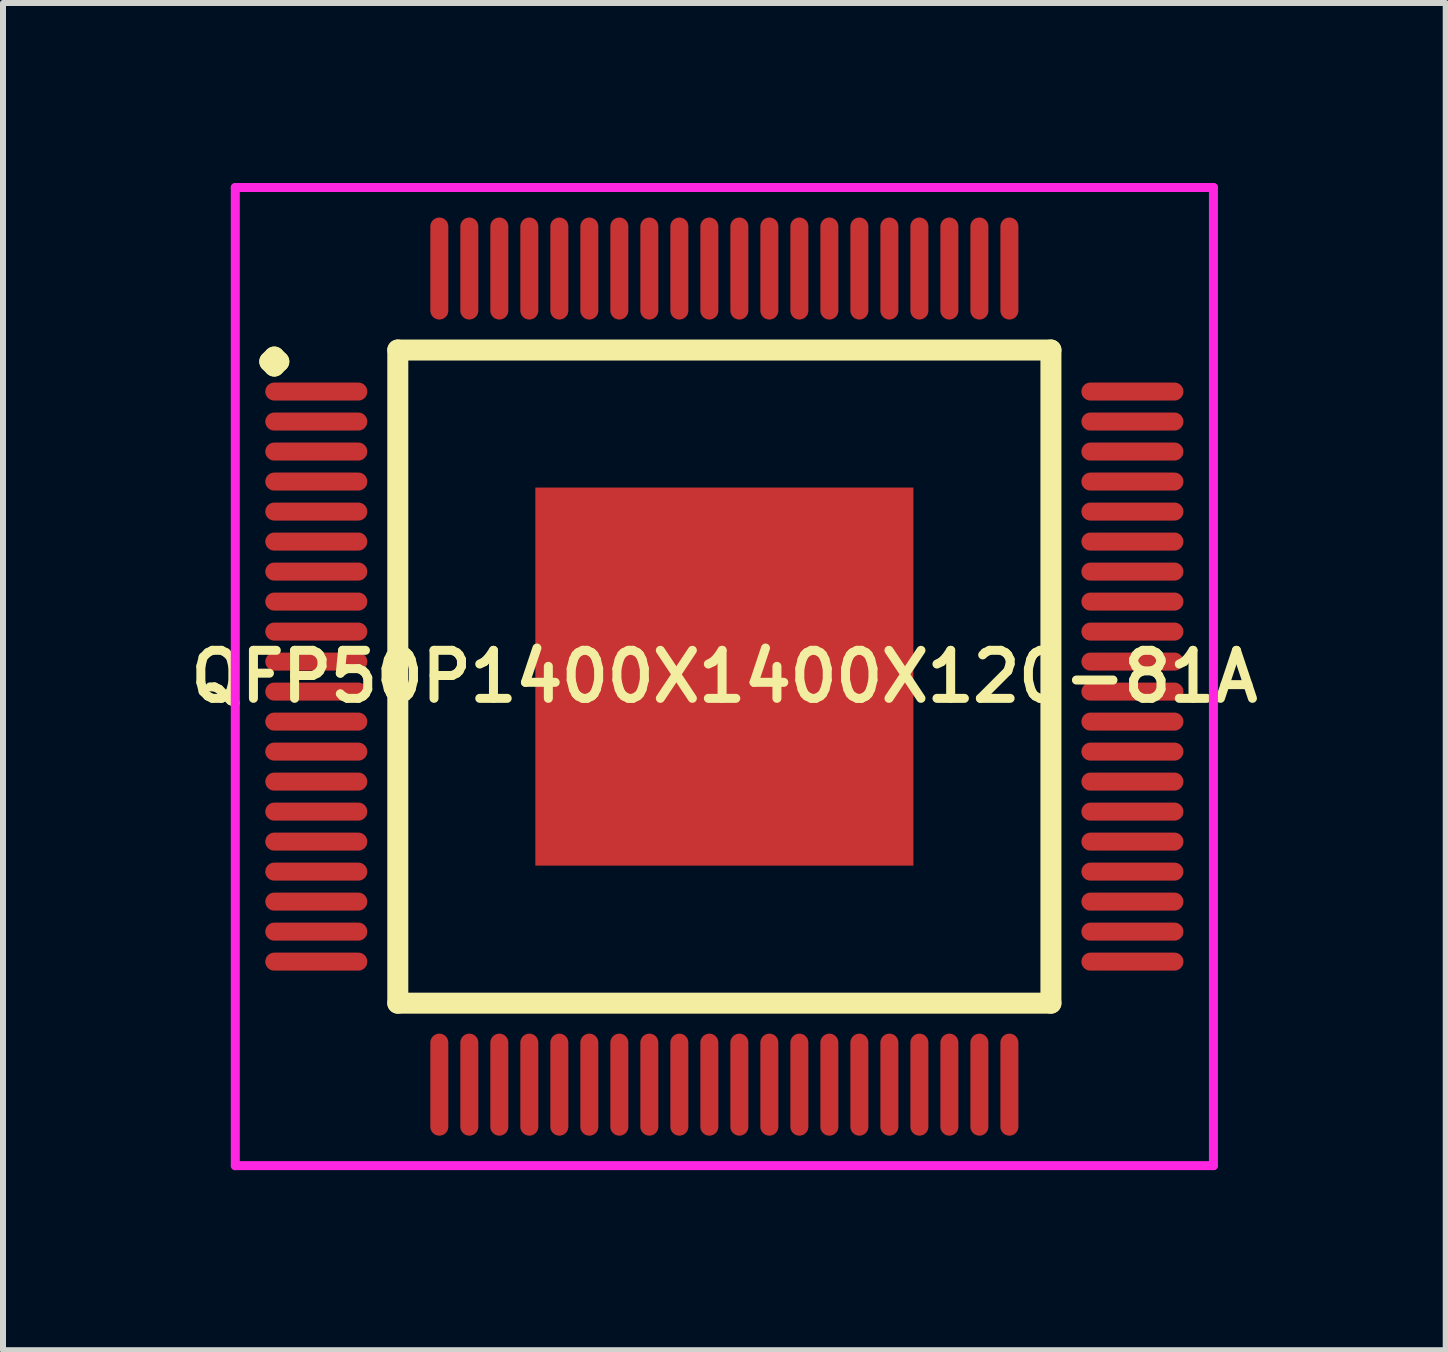
<source format=kicad_pcb>
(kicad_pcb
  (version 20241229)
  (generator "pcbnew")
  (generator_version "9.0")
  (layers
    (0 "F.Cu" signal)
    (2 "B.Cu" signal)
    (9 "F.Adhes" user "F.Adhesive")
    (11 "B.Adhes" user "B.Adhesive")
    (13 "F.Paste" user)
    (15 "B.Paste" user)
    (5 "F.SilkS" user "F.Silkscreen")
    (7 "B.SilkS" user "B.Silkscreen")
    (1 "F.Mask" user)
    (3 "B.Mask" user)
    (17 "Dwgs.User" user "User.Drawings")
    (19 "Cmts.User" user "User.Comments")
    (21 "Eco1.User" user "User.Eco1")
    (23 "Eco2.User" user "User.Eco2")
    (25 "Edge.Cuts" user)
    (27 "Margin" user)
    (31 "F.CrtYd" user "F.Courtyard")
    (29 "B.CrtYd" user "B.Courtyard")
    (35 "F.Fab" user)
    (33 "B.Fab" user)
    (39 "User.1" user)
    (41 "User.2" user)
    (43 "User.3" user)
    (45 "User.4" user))
  (footprint "QFP50P1400X1400X120-81A"
    (layer "F.Cu")
    (at 9.021 8.225)
    (property "Reference" "QFP50P1400X1400X120-81A" (at 0 0 0) (layer "F.SilkS") (effects (font (size 0.8 0.8) (thickness 0.15))))
    (attr through_hole)
    (fp_line (start -7.575 -5.25) (end -7.5 -5.325) (stroke (width 0.35) (type solid)) (layer "F.SilkS"))
    (fp_line (start -7.5 -5.325) (end -7.425 -5.25) (stroke (width 0.35) (type solid)) (layer "F.SilkS"))
    (fp_line (start -7.5 -5.175) (end -7.575 -5.25) (stroke (width 0.35) (type solid)) (layer "F.SilkS"))
    (fp_line (start -7.425 -5.25) (end -7.5 -5.175) (stroke (width 0.35) (type solid)) (layer "F.SilkS"))
    (fp_line (start -5.442 -5.442) (end -5.442 5.442) (stroke (width 0.35) (type solid)) (layer "F.SilkS"))
    (fp_line (start -5.442 5.442) (end 5.442 5.442) (stroke (width 0.35) (type solid)) (layer "F.SilkS"))
    (fp_line (start 5.442 -5.442) (end -5.442 -5.442) (stroke (width 0.35) (type solid)) (layer "F.SilkS"))
    (fp_line (start 5.442 5.442) (end 5.442 -5.442) (stroke (width 0.35) (type solid)) (layer "F.SilkS"))
    (fp_line (start -8.15 -8.15) (end 8.15 -8.15) (stroke (width 0.15) (type solid)) (layer "F.CrtYd"))
    (fp_line (start -8.15 8.15) (end -8.15 -8.15) (stroke (width 0.15) (type solid)) (layer "F.CrtYd"))
    (fp_line (start 8.15 -8.15) (end 8.15 8.15) (stroke (width 0.15) (type solid)) (layer "F.CrtYd"))
    (fp_line (start 8.15 8.15) (end -8.15 8.15) (stroke (width 0.15) (type solid)) (layer "F.CrtYd"))
    (pad "1" smd oval (at -6.8 -4.75) (size 1.7 0.3) (layers "F.Cu" "F.Mask" "F.Paste"))
    (pad "2" smd oval (at -6.8 -4.25) (size 1.7 0.3) (layers "F.Cu" "F.Mask" "F.Paste"))
    (pad "3" smd oval (at -6.8 -3.75) (size 1.7 0.3) (layers "F.Cu" "F.Mask" "F.Paste"))
    (pad "4" smd oval (at -6.8 -3.25) (size 1.7 0.3) (layers "F.Cu" "F.Mask" "F.Paste"))
    (pad "5" smd oval (at -6.8 -2.75) (size 1.7 0.3) (layers "F.Cu" "F.Mask" "F.Paste"))
    (pad "6" smd oval (at -6.8 -2.25) (size 1.7 0.3) (layers "F.Cu" "F.Mask" "F.Paste"))
    (pad "7" smd oval (at -6.8 -1.75) (size 1.7 0.3) (layers "F.Cu" "F.Mask" "F.Paste"))
    (pad "8" smd oval (at -6.8 -1.25) (size 1.7 0.3) (layers "F.Cu" "F.Mask" "F.Paste"))
    (pad "9" smd oval (at -6.8 -0.75) (size 1.7 0.3) (layers "F.Cu" "F.Mask" "F.Paste"))
    (pad "10" smd oval (at -6.8 -0.25) (size 1.7 0.3) (layers "F.Cu" "F.Mask" "F.Paste"))
    (pad "11" smd oval (at -6.8 0.25) (size 1.7 0.3) (layers "F.Cu" "F.Mask" "F.Paste"))
    (pad "12" smd oval (at -6.8 0.75) (size 1.7 0.3) (layers "F.Cu" "F.Mask" "F.Paste"))
    (pad "13" smd oval (at -6.8 1.25) (size 1.7 0.3) (layers "F.Cu" "F.Mask" "F.Paste"))
    (pad "14" smd oval (at -6.8 1.75) (size 1.7 0.3) (layers "F.Cu" "F.Mask" "F.Paste"))
    (pad "15" smd oval (at -6.8 2.25) (size 1.7 0.3) (layers "F.Cu" "F.Mask" "F.Paste"))
    (pad "16" smd oval (at -6.8 2.75) (size 1.7 0.3) (layers "F.Cu" "F.Mask" "F.Paste"))
    (pad "17" smd oval (at -6.8 3.25) (size 1.7 0.3) (layers "F.Cu" "F.Mask" "F.Paste"))
    (pad "18" smd oval (at -6.8 3.75) (size 1.7 0.3) (layers "F.Cu" "F.Mask" "F.Paste"))
    (pad "19" smd oval (at -6.8 4.25) (size 1.7 0.3) (layers "F.Cu" "F.Mask" "F.Paste"))
    (pad "20" smd oval (at -6.8 4.75) (size 1.7 0.3) (layers "F.Cu" "F.Mask" "F.Paste"))
    (pad "21" smd oval (at -4.75 6.8) (size 0.3 1.7) (layers "F.Cu" "F.Mask" "F.Paste"))
    (pad "22" smd oval (at -4.25 6.8) (size 0.3 1.7) (layers "F.Cu" "F.Mask" "F.Paste"))
    (pad "23" smd oval (at -3.75 6.8) (size 0.3 1.7) (layers "F.Cu" "F.Mask" "F.Paste"))
    (pad "24" smd oval (at -3.25 6.8) (size 0.3 1.7) (layers "F.Cu" "F.Mask" "F.Paste"))
    (pad "25" smd oval (at -2.75 6.8) (size 0.3 1.7) (layers "F.Cu" "F.Mask" "F.Paste"))
    (pad "26" smd oval (at -2.25 6.8) (size 0.3 1.7) (layers "F.Cu" "F.Mask" "F.Paste"))
    (pad "27" smd oval (at -1.75 6.8) (size 0.3 1.7) (layers "F.Cu" "F.Mask" "F.Paste"))
    (pad "28" smd oval (at -1.25 6.8) (size 0.3 1.7) (layers "F.Cu" "F.Mask" "F.Paste"))
    (pad "29" smd oval (at -0.75 6.8) (size 0.3 1.7) (layers "F.Cu" "F.Mask" "F.Paste"))
    (pad "30" smd oval (at -0.25 6.8) (size 0.3 1.7) (layers "F.Cu" "F.Mask" "F.Paste"))
    (pad "31" smd oval (at 0.25 6.8) (size 0.3 1.7) (layers "F.Cu" "F.Mask" "F.Paste"))
    (pad "32" smd oval (at 0.75 6.8) (size 0.3 1.7) (layers "F.Cu" "F.Mask" "F.Paste"))
    (pad "33" smd oval (at 1.25 6.8) (size 0.3 1.7) (layers "F.Cu" "F.Mask" "F.Paste"))
    (pad "34" smd oval (at 1.75 6.8) (size 0.3 1.7) (layers "F.Cu" "F.Mask" "F.Paste"))
    (pad "35" smd oval (at 2.25 6.8) (size 0.3 1.7) (layers "F.Cu" "F.Mask" "F.Paste"))
    (pad "36" smd oval (at 2.75 6.8) (size 0.3 1.7) (layers "F.Cu" "F.Mask" "F.Paste"))
    (pad "37" smd oval (at 3.25 6.8) (size 0.3 1.7) (layers "F.Cu" "F.Mask" "F.Paste"))
    (pad "38" smd oval (at 3.75 6.8) (size 0.3 1.7) (layers "F.Cu" "F.Mask" "F.Paste"))
    (pad "39" smd oval (at 4.25 6.8) (size 0.3 1.7) (layers "F.Cu" "F.Mask" "F.Paste"))
    (pad "40" smd oval (at 4.75 6.8) (size 0.3 1.7) (layers "F.Cu" "F.Mask" "F.Paste"))
    (pad "41" smd oval (at 6.8 4.75) (size 1.7 0.3) (layers "F.Cu" "F.Mask" "F.Paste"))
    (pad "42" smd oval (at 6.8 4.25) (size 1.7 0.3) (layers "F.Cu" "F.Mask" "F.Paste"))
    (pad "43" smd oval (at 6.8 3.75) (size 1.7 0.3) (layers "F.Cu" "F.Mask" "F.Paste"))
    (pad "44" smd oval (at 6.8 3.25) (size 1.7 0.3) (layers "F.Cu" "F.Mask" "F.Paste"))
    (pad "45" smd oval (at 6.8 2.75) (size 1.7 0.3) (layers "F.Cu" "F.Mask" "F.Paste"))
    (pad "46" smd oval (at 6.8 2.25) (size 1.7 0.3) (layers "F.Cu" "F.Mask" "F.Paste"))
    (pad "47" smd oval (at 6.8 1.75) (size 1.7 0.3) (layers "F.Cu" "F.Mask" "F.Paste"))
    (pad "48" smd oval (at 6.8 1.25) (size 1.7 0.3) (layers "F.Cu" "F.Mask" "F.Paste"))
    (pad "49" smd oval (at 6.8 0.75) (size 1.7 0.3) (layers "F.Cu" "F.Mask" "F.Paste"))
    (pad "50" smd oval (at 6.8 0.25) (size 1.7 0.3) (layers "F.Cu" "F.Mask" "F.Paste"))
    (pad "51" smd oval (at 6.8 -0.25) (size 1.7 0.3) (layers "F.Cu" "F.Mask" "F.Paste"))
    (pad "52" smd oval (at 6.8 -0.75) (size 1.7 0.3) (layers "F.Cu" "F.Mask" "F.Paste"))
    (pad "53" smd oval (at 6.8 -1.25) (size 1.7 0.3) (layers "F.Cu" "F.Mask" "F.Paste"))
    (pad "54" smd oval (at 6.8 -1.75) (size 1.7 0.3) (layers "F.Cu" "F.Mask" "F.Paste"))
    (pad "55" smd oval (at 6.8 -2.25) (size 1.7 0.3) (layers "F.Cu" "F.Mask" "F.Paste"))
    (pad "56" smd oval (at 6.8 -2.75) (size 1.7 0.3) (layers "F.Cu" "F.Mask" "F.Paste"))
    (pad "57" smd oval (at 6.8 -3.25) (size 1.7 0.3) (layers "F.Cu" "F.Mask" "F.Paste"))
    (pad "58" smd oval (at 6.8 -3.75) (size 1.7 0.3) (layers "F.Cu" "F.Mask" "F.Paste"))
    (pad "59" smd oval (at 6.8 -4.25) (size 1.7 0.3) (layers "F.Cu" "F.Mask" "F.Paste"))
    (pad "60" smd oval (at 6.8 -4.75) (size 1.7 0.3) (layers "F.Cu" "F.Mask" "F.Paste"))
    (pad "61" smd oval (at 4.75 -6.8) (size 0.3 1.7) (layers "F.Cu" "F.Mask" "F.Paste"))
    (pad "62" smd oval (at 4.25 -6.8) (size 0.3 1.7) (layers "F.Cu" "F.Mask" "F.Paste"))
    (pad "63" smd oval (at 3.75 -6.8) (size 0.3 1.7) (layers "F.Cu" "F.Mask" "F.Paste"))
    (pad "64" smd oval (at 3.25 -6.8) (size 0.3 1.7) (layers "F.Cu" "F.Mask" "F.Paste"))
    (pad "65" smd oval (at 2.75 -6.8) (size 0.3 1.7) (layers "F.Cu" "F.Mask" "F.Paste"))
    (pad "66" smd oval (at 2.25 -6.8) (size 0.3 1.7) (layers "F.Cu" "F.Mask" "F.Paste"))
    (pad "67" smd oval (at 1.75 -6.8) (size 0.3 1.7) (layers "F.Cu" "F.Mask" "F.Paste"))
    (pad "68" smd oval (at 1.25 -6.8) (size 0.3 1.7) (layers "F.Cu" "F.Mask" "F.Paste"))
    (pad "69" smd oval (at 0.75 -6.8) (size 0.3 1.7) (layers "F.Cu" "F.Mask" "F.Paste"))
    (pad "70" smd oval (at 0.25 -6.8) (size 0.3 1.7) (layers "F.Cu" "F.Mask" "F.Paste"))
    (pad "71" smd oval (at -0.25 -6.8) (size 0.3 1.7) (layers "F.Cu" "F.Mask" "F.Paste"))
    (pad "72" smd oval (at -0.75 -6.8) (size 0.3 1.7) (layers "F.Cu" "F.Mask" "F.Paste"))
    (pad "73" smd oval (at -1.25 -6.8) (size 0.3 1.7) (layers "F.Cu" "F.Mask" "F.Paste"))
    (pad "74" smd oval (at -1.75 -6.8) (size 0.3 1.7) (layers "F.Cu" "F.Mask" "F.Paste"))
    (pad "75" smd oval (at -2.25 -6.8) (size 0.3 1.7) (layers "F.Cu" "F.Mask" "F.Paste"))
    (pad "76" smd oval (at -2.75 -6.8) (size 0.3 1.7) (layers "F.Cu" "F.Mask" "F.Paste"))
    (pad "77" smd oval (at -3.25 -6.8) (size 0.3 1.7) (layers "F.Cu" "F.Mask" "F.Paste"))
    (pad "78" smd oval (at -3.75 -6.8) (size 0.3 1.7) (layers "F.Cu" "F.Mask" "F.Paste"))
    (pad "79" smd oval (at -4.25 -6.8) (size 0.3 1.7) (layers "F.Cu" "F.Mask" "F.Paste"))
    (pad "80" smd oval (at -4.75 -6.8) (size 0.3 1.7) (layers "F.Cu" "F.Mask" "F.Paste"))
    (pad "81" smd rect (at 0 0) (size 6.3 6.3) (layers "F.Cu" "F.Mask" "F.Paste")))
  (gr_rect
    (start -3 -3)
    (end 21.042 19.45)
    (stroke (width 0.1) (type default))
    (fill no)
    (layer "Edge.Cuts")))
</source>
